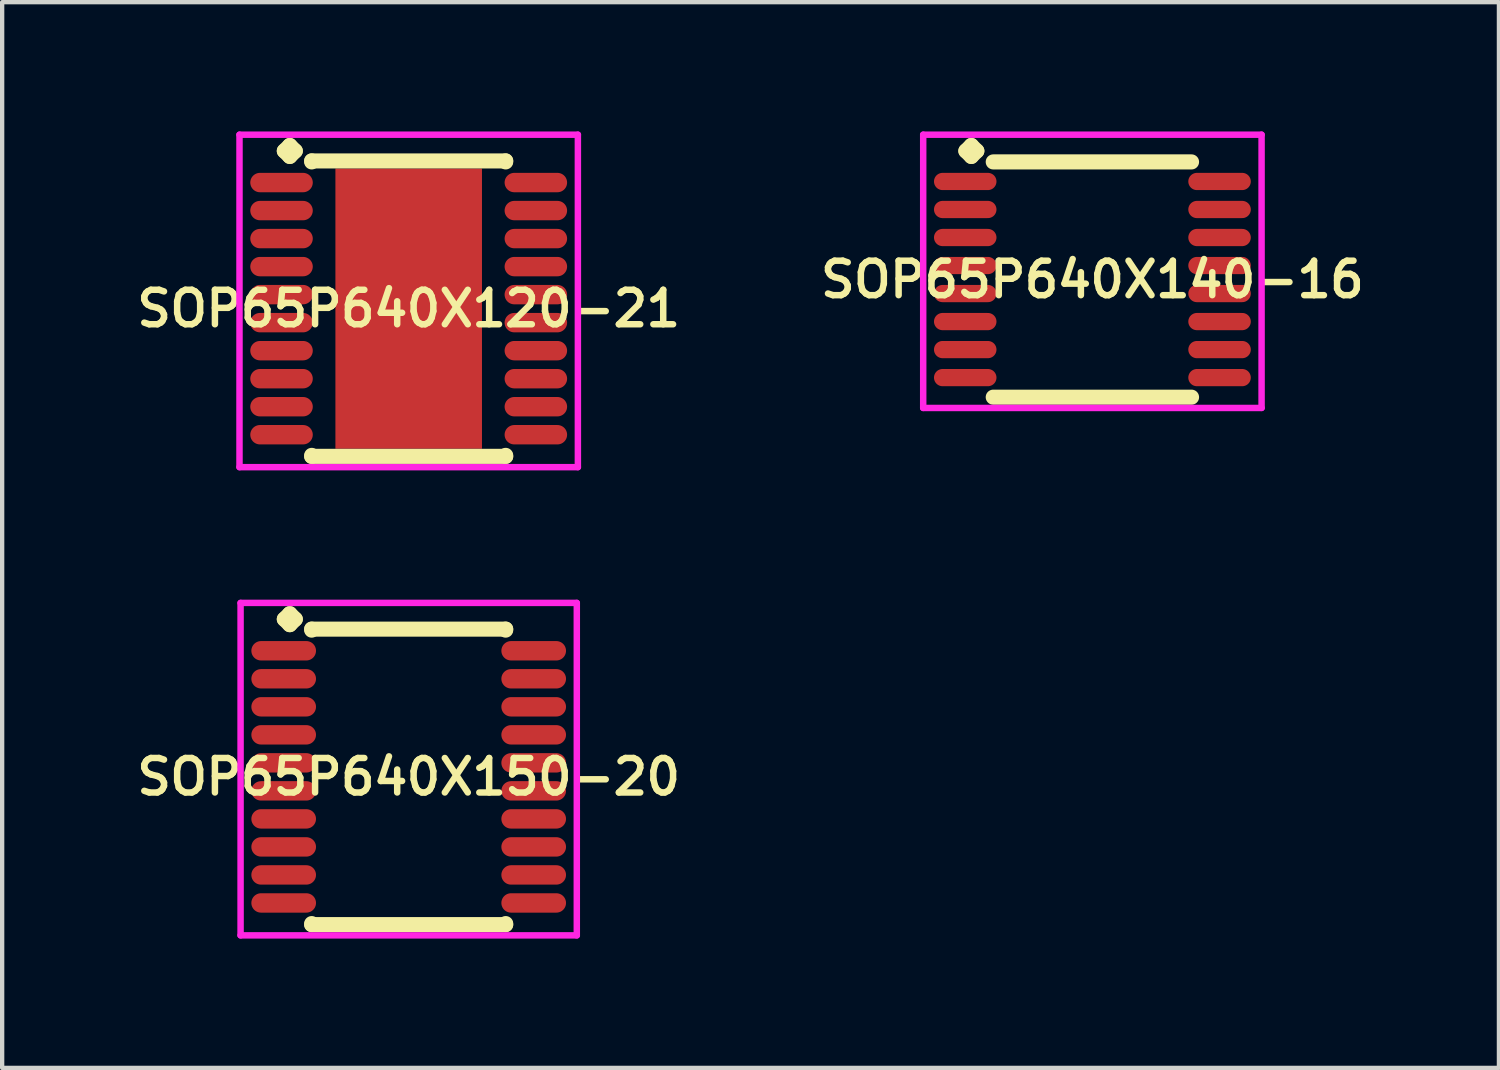
<source format=kicad_pcb>
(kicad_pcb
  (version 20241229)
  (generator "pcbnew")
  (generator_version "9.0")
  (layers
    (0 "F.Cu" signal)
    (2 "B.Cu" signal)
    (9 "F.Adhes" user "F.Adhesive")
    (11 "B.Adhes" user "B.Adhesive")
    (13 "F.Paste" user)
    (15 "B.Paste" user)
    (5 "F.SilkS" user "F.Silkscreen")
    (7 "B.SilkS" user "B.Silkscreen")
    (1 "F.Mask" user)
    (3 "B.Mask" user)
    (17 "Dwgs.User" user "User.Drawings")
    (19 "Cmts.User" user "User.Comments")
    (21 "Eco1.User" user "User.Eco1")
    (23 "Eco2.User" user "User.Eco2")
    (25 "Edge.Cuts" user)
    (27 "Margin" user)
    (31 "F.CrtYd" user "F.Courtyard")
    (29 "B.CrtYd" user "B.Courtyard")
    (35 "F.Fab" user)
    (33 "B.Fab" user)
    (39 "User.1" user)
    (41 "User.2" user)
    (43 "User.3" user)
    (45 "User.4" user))
  (footprint "SOP65P640X120-21"
    (layer "F.Cu")
    (at 6.431 4.11)
    (property "Reference" "SOP65P640X120-21" (at 0 0 0) (layer "F.SilkS") (effects (font (size 0.8 0.8) (thickness 0.15))))
    (attr smd)
    (fp_line (start -2.885 -3.658) (end -2.758 -3.785) (stroke (width 0.35) (type solid)) (layer "F.SilkS"))
    (fp_line (start -2.758 -3.785) (end -2.631 -3.658) (stroke (width 0.35) (type solid)) (layer "F.SilkS"))
    (fp_line (start -2.758 -3.531) (end -2.885 -3.658) (stroke (width 0.35) (type solid)) (layer "F.SilkS"))
    (fp_line (start -2.631 -3.658) (end -2.758 -3.531) (stroke (width 0.35) (type solid)) (layer "F.SilkS"))
    (fp_line (start -2.25 -3.427) (end 2.25 -3.427) (stroke (width 0.35) (type solid)) (layer "F.SilkS"))
    (fp_line (start -2.25 -3.404) (end -2.25 -3.427) (stroke (width 0.35) (type solid)) (layer "F.SilkS"))
    (fp_line (start -2.25 3.404) (end -2.25 3.427) (stroke (width 0.35) (type solid)) (layer "F.SilkS"))
    (fp_line (start -2.25 3.427) (end 2.25 3.427) (stroke (width 0.35) (type solid)) (layer "F.SilkS"))
    (fp_line (start 2.25 -3.427) (end 2.25 -3.404) (stroke (width 0.35) (type solid)) (layer "F.SilkS"))
    (fp_line (start 2.25 3.427) (end 2.25 3.404) (stroke (width 0.35) (type solid)) (layer "F.SilkS"))
    (fp_line (start -3.925 -4.035) (end 3.925 -4.035) (stroke (width 0.15) (type solid)) (layer "F.CrtYd"))
    (fp_line (start -3.925 3.677) (end -3.925 -4.035) (stroke (width 0.15) (type solid)) (layer "F.CrtYd"))
    (fp_line (start 3.925 -4.035) (end 3.925 3.677) (stroke (width 0.15) (type solid)) (layer "F.CrtYd"))
    (fp_line (start 3.925 3.677) (end -3.925 3.677) (stroke (width 0.15) (type solid)) (layer "F.CrtYd"))
    (pad "1" smd oval (at -2.95 -2.925) (size 1.45 0.45) (layers "F.Cu" "F.Mask" "F.Paste"))
    (pad "2" smd oval (at -2.95 -2.275) (size 1.45 0.45) (layers "F.Cu" "F.Mask" "F.Paste"))
    (pad "3" smd oval (at -2.95 -1.625) (size 1.45 0.45) (layers "F.Cu" "F.Mask" "F.Paste"))
    (pad "4" smd oval (at -2.95 -0.975) (size 1.45 0.45) (layers "F.Cu" "F.Mask" "F.Paste"))
    (pad "5" smd oval (at -2.95 -0.325) (size 1.45 0.45) (layers "F.Cu" "F.Mask" "F.Paste"))
    (pad "6" smd oval (at -2.95 0.325) (size 1.45 0.45) (layers "F.Cu" "F.Mask" "F.Paste"))
    (pad "7" smd oval (at -2.95 0.975) (size 1.45 0.45) (layers "F.Cu" "F.Mask" "F.Paste"))
    (pad "8" smd oval (at -2.95 1.625) (size 1.45 0.45) (layers "F.Cu" "F.Mask" "F.Paste"))
    (pad "9" smd oval (at -2.95 2.275) (size 1.45 0.45) (layers "F.Cu" "F.Mask" "F.Paste"))
    (pad "10" smd oval (at -2.95 2.925) (size 1.45 0.45) (layers "F.Cu" "F.Mask" "F.Paste"))
    (pad "11" smd oval (at 2.95 2.925) (size 1.45 0.45) (layers "F.Cu" "F.Mask" "F.Paste"))
    (pad "12" smd oval (at 2.95 2.275) (size 1.45 0.45) (layers "F.Cu" "F.Mask" "F.Paste"))
    (pad "13" smd oval (at 2.95 1.625) (size 1.45 0.45) (layers "F.Cu" "F.Mask" "F.Paste"))
    (pad "14" smd oval (at 2.95 0.975) (size 1.45 0.45) (layers "F.Cu" "F.Mask" "F.Paste"))
    (pad "15" smd oval (at 2.95 0.325) (size 1.45 0.45) (layers "F.Cu" "F.Mask" "F.Paste"))
    (pad "16" smd oval (at 2.95 -0.325) (size 1.45 0.45) (layers "F.Cu" "F.Mask" "F.Paste"))
    (pad "17" smd oval (at 2.95 -0.975) (size 1.45 0.45) (layers "F.Cu" "F.Mask" "F.Paste"))
    (pad "18" smd oval (at 2.95 -1.625) (size 1.45 0.45) (layers "F.Cu" "F.Mask" "F.Paste"))
    (pad "19" smd oval (at 2.95 -2.275) (size 1.45 0.45) (layers "F.Cu" "F.Mask" "F.Paste"))
    (pad "20" smd oval (at 2.95 -2.925) (size 1.45 0.45) (layers "F.Cu" "F.Mask" "F.Paste"))
    (pad "21" smd rect (at 0 0) (size 3.4 6.5) (layers "F.Cu" "F.Mask" "F.Paste")))
  (footprint "SOP65P640X150-20"
    (layer "F.Cu")
    (at 6.431 14.972)
    (property "Reference" "SOP65P640X150-20" (at 0 0 0) (layer "F.SilkS") (effects (font (size 0.8 0.8) (thickness 0.15))))
    (attr smd)
    (fp_line (start -2.885 -3.658) (end -2.758 -3.785) (stroke (width 0.35) (type solid)) (layer "F.SilkS"))
    (fp_line (start -2.758 -3.785) (end -2.631 -3.658) (stroke (width 0.35) (type solid)) (layer "F.SilkS"))
    (fp_line (start -2.758 -3.531) (end -2.885 -3.658) (stroke (width 0.35) (type solid)) (layer "F.SilkS"))
    (fp_line (start -2.631 -3.658) (end -2.758 -3.531) (stroke (width 0.35) (type solid)) (layer "F.SilkS"))
    (fp_line (start -2.25 -3.427) (end 2.25 -3.427) (stroke (width 0.35) (type solid)) (layer "F.SilkS"))
    (fp_line (start -2.25 -3.404) (end -2.25 -3.427) (stroke (width 0.35) (type solid)) (layer "F.SilkS"))
    (fp_line (start -2.25 3.404) (end -2.25 3.427) (stroke (width 0.35) (type solid)) (layer "F.SilkS"))
    (fp_line (start -2.25 3.427) (end 2.25 3.427) (stroke (width 0.35) (type solid)) (layer "F.SilkS"))
    (fp_line (start 2.25 -3.427) (end 2.25 -3.404) (stroke (width 0.35) (type solid)) (layer "F.SilkS"))
    (fp_line (start 2.25 3.427) (end 2.25 3.404) (stroke (width 0.35) (type solid)) (layer "F.SilkS"))
    (fp_line (start -3.9 -4.035) (end 3.9 -4.035) (stroke (width 0.15) (type solid)) (layer "F.CrtYd"))
    (fp_line (start -3.9 3.677) (end -3.9 -4.035) (stroke (width 0.15) (type solid)) (layer "F.CrtYd"))
    (fp_line (start 3.9 -4.035) (end 3.9 3.677) (stroke (width 0.15) (type solid)) (layer "F.CrtYd"))
    (fp_line (start 3.9 3.677) (end -3.9 3.677) (stroke (width 0.15) (type solid)) (layer "F.CrtYd"))
    (pad "1" smd oval (at -2.9 -2.925) (size 1.5 0.45) (layers "F.Cu" "F.Mask" "F.Paste"))
    (pad "2" smd oval (at -2.9 -2.275) (size 1.5 0.45) (layers "F.Cu" "F.Mask" "F.Paste"))
    (pad "3" smd oval (at -2.9 -1.625) (size 1.5 0.45) (layers "F.Cu" "F.Mask" "F.Paste"))
    (pad "4" smd oval (at -2.9 -0.975) (size 1.5 0.45) (layers "F.Cu" "F.Mask" "F.Paste"))
    (pad "5" smd oval (at -2.9 -0.325) (size 1.5 0.45) (layers "F.Cu" "F.Mask" "F.Paste"))
    (pad "6" smd oval (at -2.9 0.325) (size 1.5 0.45) (layers "F.Cu" "F.Mask" "F.Paste"))
    (pad "7" smd oval (at -2.9 0.975) (size 1.5 0.45) (layers "F.Cu" "F.Mask" "F.Paste"))
    (pad "8" smd oval (at -2.9 1.625) (size 1.5 0.45) (layers "F.Cu" "F.Mask" "F.Paste"))
    (pad "9" smd oval (at -2.9 2.275) (size 1.5 0.45) (layers "F.Cu" "F.Mask" "F.Paste"))
    (pad "10" smd oval (at -2.9 2.925) (size 1.5 0.45) (layers "F.Cu" "F.Mask" "F.Paste"))
    (pad "11" smd oval (at 2.9 2.925) (size 1.5 0.45) (layers "F.Cu" "F.Mask" "F.Paste"))
    (pad "12" smd oval (at 2.9 2.275) (size 1.5 0.45) (layers "F.Cu" "F.Mask" "F.Paste"))
    (pad "13" smd oval (at 2.9 1.625) (size 1.5 0.45) (layers "F.Cu" "F.Mask" "F.Paste"))
    (pad "14" smd oval (at 2.9 0.975) (size 1.5 0.45) (layers "F.Cu" "F.Mask" "F.Paste"))
    (pad "15" smd oval (at 2.9 0.325) (size 1.5 0.45) (layers "F.Cu" "F.Mask" "F.Paste"))
    (pad "16" smd oval (at 2.9 -0.325) (size 1.5 0.45) (layers "F.Cu" "F.Mask" "F.Paste"))
    (pad "17" smd oval (at 2.9 -0.975) (size 1.5 0.45) (layers "F.Cu" "F.Mask" "F.Paste"))
    (pad "18" smd oval (at 2.9 -1.625) (size 1.5 0.45) (layers "F.Cu" "F.Mask" "F.Paste"))
    (pad "19" smd oval (at 2.9 -2.275) (size 1.5 0.45) (layers "F.Cu" "F.Mask" "F.Paste"))
    (pad "20" smd oval (at 2.9 -2.925) (size 1.5 0.45) (layers "F.Cu" "F.Mask" "F.Paste")))
  (footprint "SOP65P640X140-16"
    (layer "F.Cu")
    (at 22.292 3.435)
    (property "Reference" "SOP65P640X140-16" (at 0 0 0) (layer "F.SilkS") (effects (font (size 0.8 0.8) (thickness 0.15))))
    (attr smd)
    (fp_line (start -2.935 -2.983) (end -2.808 -3.11) (stroke (width 0.35) (type solid)) (layer "F.SilkS"))
    (fp_line (start -2.808 -3.11) (end -2.681 -2.983) (stroke (width 0.35) (type solid)) (layer "F.SilkS"))
    (fp_line (start -2.808 -2.856) (end -2.935 -2.983) (stroke (width 0.35) (type solid)) (layer "F.SilkS"))
    (fp_line (start -2.681 -2.983) (end -2.808 -2.856) (stroke (width 0.35) (type solid)) (layer "F.SilkS"))
    (fp_line (start -2.3 -2.729) (end 2.3 -2.729) (stroke (width 0.35) (type solid)) (layer "F.SilkS"))
    (fp_line (start -2.3 2.729) (end 2.3 2.729) (stroke (width 0.35) (type solid)) (layer "F.SilkS"))
    (fp_line (start -3.925 -3.36) (end 3.925 -3.36) (stroke (width 0.15) (type solid)) (layer "F.CrtYd"))
    (fp_line (start -3.925 2.979) (end -3.925 -3.36) (stroke (width 0.15) (type solid)) (layer "F.CrtYd"))
    (fp_line (start 3.925 -3.36) (end 3.925 2.979) (stroke (width 0.15) (type solid)) (layer "F.CrtYd"))
    (fp_line (start 3.925 2.979) (end -3.925 2.979) (stroke (width 0.15) (type solid)) (layer "F.CrtYd"))
    (pad "1" smd oval (at -2.95 -2.275) (size 1.45 0.4) (layers "F.Cu" "F.Mask" "F.Paste"))
    (pad "2" smd oval (at -2.95 -1.625) (size 1.45 0.4) (layers "F.Cu" "F.Mask" "F.Paste"))
    (pad "3" smd oval (at -2.95 -0.975) (size 1.45 0.4) (layers "F.Cu" "F.Mask" "F.Paste"))
    (pad "4" smd oval (at -2.95 -0.325) (size 1.45 0.4) (layers "F.Cu" "F.Mask" "F.Paste"))
    (pad "5" smd oval (at -2.95 0.325) (size 1.45 0.4) (layers "F.Cu" "F.Mask" "F.Paste"))
    (pad "6" smd oval (at -2.95 0.975) (size 1.45 0.4) (layers "F.Cu" "F.Mask" "F.Paste"))
    (pad "7" smd oval (at -2.95 1.625) (size 1.45 0.4) (layers "F.Cu" "F.Mask" "F.Paste"))
    (pad "8" smd oval (at -2.95 2.275) (size 1.45 0.4) (layers "F.Cu" "F.Mask" "F.Paste"))
    (pad "9" smd oval (at 2.95 2.275) (size 1.45 0.4) (layers "F.Cu" "F.Mask" "F.Paste"))
    (pad "10" smd oval (at 2.95 1.625) (size 1.45 0.4) (layers "F.Cu" "F.Mask" "F.Paste"))
    (pad "11" smd oval (at 2.95 0.975) (size 1.45 0.4) (layers "F.Cu" "F.Mask" "F.Paste"))
    (pad "12" smd oval (at 2.95 0.325) (size 1.45 0.4) (layers "F.Cu" "F.Mask" "F.Paste"))
    (pad "13" smd oval (at 2.95 -0.325) (size 1.45 0.4) (layers "F.Cu" "F.Mask" "F.Paste"))
    (pad "14" smd oval (at 2.95 -0.975) (size 1.45 0.4) (layers "F.Cu" "F.Mask" "F.Paste"))
    (pad "15" smd oval (at 2.95 -1.625) (size 1.45 0.4) (layers "F.Cu" "F.Mask" "F.Paste"))
    (pad "16" smd oval (at 2.95 -2.275) (size 1.45 0.4) (layers "F.Cu" "F.Mask" "F.Paste")))
  (gr_rect
    (start -3 -3)
    (end 31.723 21.724)
    (stroke (width 0.1) (type default))
    (fill no)
    (layer "Edge.Cuts")))
</source>
